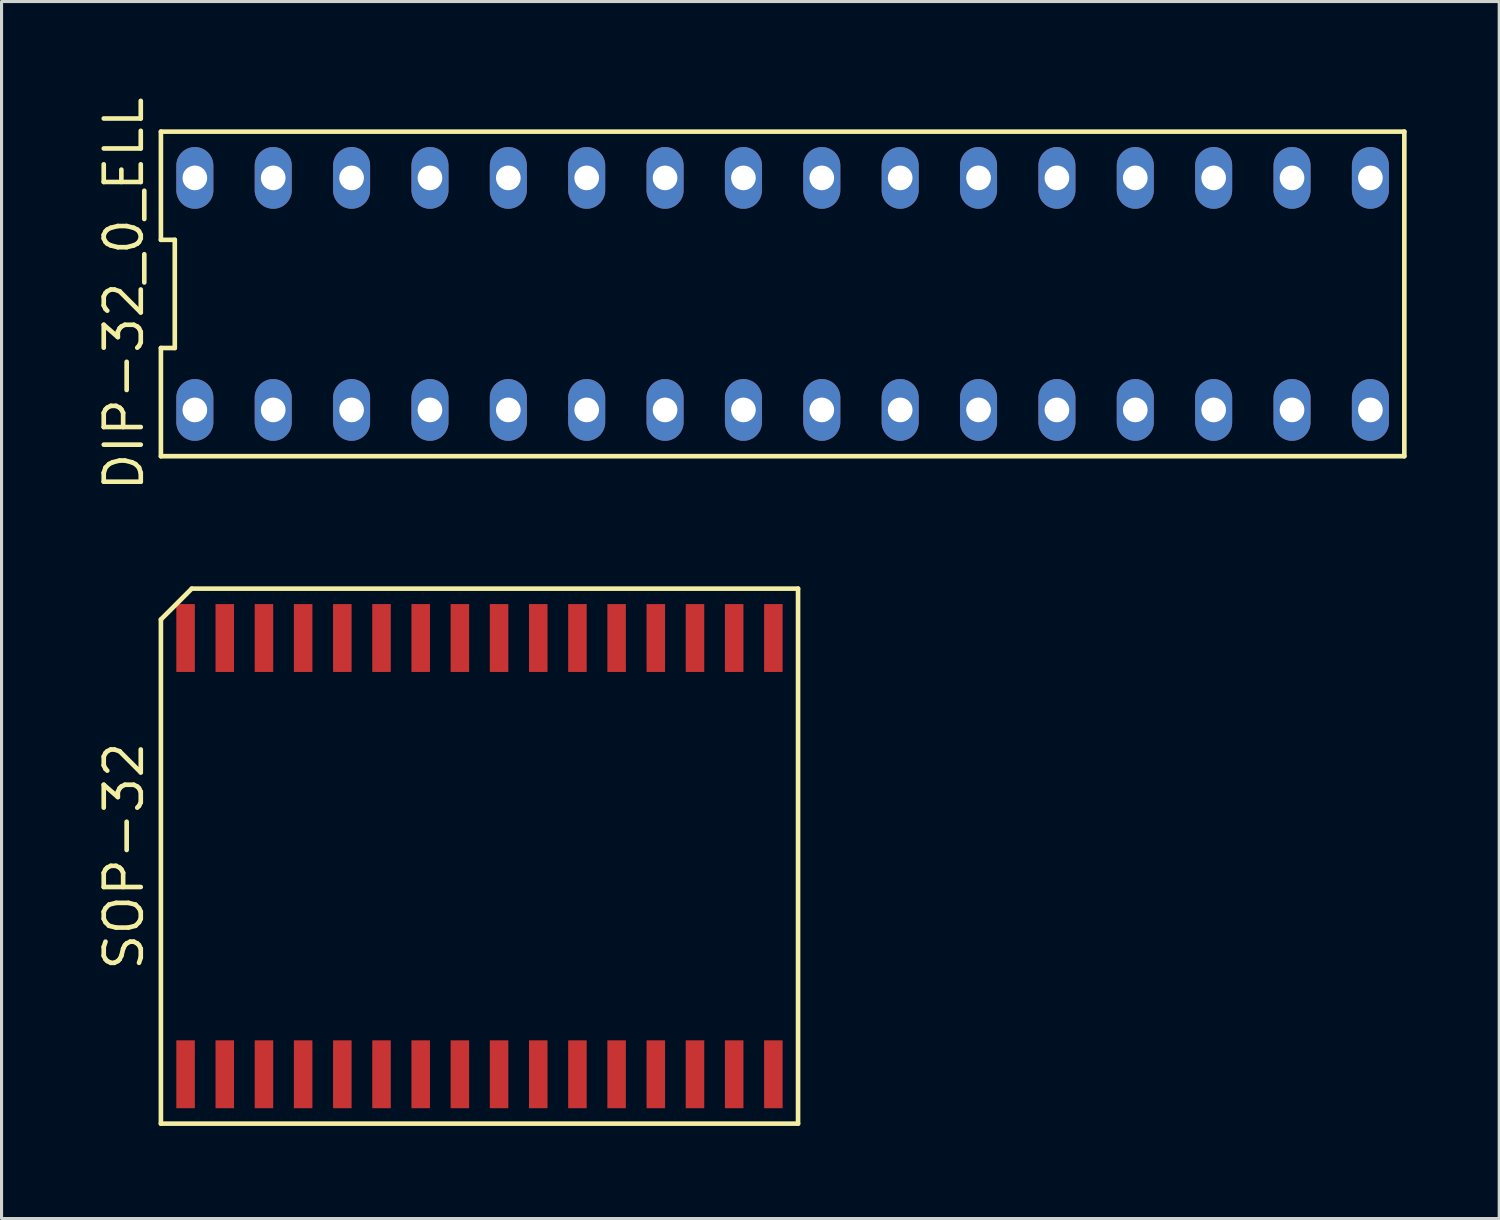
<source format=kicad_pcb>
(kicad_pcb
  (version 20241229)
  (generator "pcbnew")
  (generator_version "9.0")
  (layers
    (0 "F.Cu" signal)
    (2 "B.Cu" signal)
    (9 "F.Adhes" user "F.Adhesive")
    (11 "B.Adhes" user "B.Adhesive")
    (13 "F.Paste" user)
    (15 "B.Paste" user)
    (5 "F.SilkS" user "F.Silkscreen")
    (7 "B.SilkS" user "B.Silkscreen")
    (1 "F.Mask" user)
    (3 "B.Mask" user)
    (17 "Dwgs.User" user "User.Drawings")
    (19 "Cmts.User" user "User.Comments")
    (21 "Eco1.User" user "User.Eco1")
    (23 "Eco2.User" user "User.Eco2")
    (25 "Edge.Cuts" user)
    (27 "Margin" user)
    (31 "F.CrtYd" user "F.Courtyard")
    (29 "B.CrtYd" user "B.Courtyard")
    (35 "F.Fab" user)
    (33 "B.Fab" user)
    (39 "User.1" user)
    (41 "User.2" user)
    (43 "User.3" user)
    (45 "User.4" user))
  (footprint "SOP-32"
    (layer "F.Cu")
    (at 12.49 24.698)
    (property "Reference" "SOP-32" (at -11.525 0 90) (layer "F.SilkS") (effects (font (size 1.2 1.2) (thickness 0.15))))
    (attr through_hole)
    (fp_line (start -10.325 -7.67) (end -10.325 8.67) (stroke (width 0.15) (type solid)) (layer "F.SilkS"))
    (fp_line (start -10.325 8.67) (end 10.325 8.67) (stroke (width 0.15) (type solid)) (layer "F.SilkS"))
    (fp_line (start -9.325 -8.67) (end -10.325 -7.67) (stroke (width 0.15) (type solid)) (layer "F.SilkS"))
    (fp_line (start 10.325 -8.67) (end -9.325 -8.67) (stroke (width 0.15) (type solid)) (layer "F.SilkS"))
    (fp_line (start 10.325 8.67) (end 10.325 -8.67) (stroke (width 0.15) (type solid)) (layer "F.SilkS"))
    (pad "1" smd rect (at -9.525 7.07) (size 0.6 2.2) (layers "F.Cu" "F.Mask" "F.Paste"))
    (pad "2" smd rect (at -8.255 7.07) (size 0.6 2.2) (layers "F.Cu" "F.Mask" "F.Paste"))
    (pad "3" smd rect (at -6.985 7.07) (size 0.6 2.2) (layers "F.Cu" "F.Mask" "F.Paste"))
    (pad "4" smd rect (at -5.715 7.07) (size 0.6 2.2) (layers "F.Cu" "F.Mask" "F.Paste"))
    (pad "5" smd rect (at -4.445 7.07) (size 0.6 2.2) (layers "F.Cu" "F.Mask" "F.Paste"))
    (pad "6" smd rect (at -3.175 7.07) (size 0.6 2.2) (layers "F.Cu" "F.Mask" "F.Paste"))
    (pad "7" smd rect (at -1.905 7.07) (size 0.6 2.2) (layers "F.Cu" "F.Mask" "F.Paste"))
    (pad "8" smd rect (at -0.635 7.07) (size 0.6 2.2) (layers "F.Cu" "F.Mask" "F.Paste"))
    (pad "9" smd rect (at 0.635 7.07) (size 0.6 2.2) (layers "F.Cu" "F.Mask" "F.Paste"))
    (pad "10" smd rect (at 1.905 7.07) (size 0.6 2.2) (layers "F.Cu" "F.Mask" "F.Paste"))
    (pad "11" smd rect (at 3.175 7.07) (size 0.6 2.2) (layers "F.Cu" "F.Mask" "F.Paste"))
    (pad "12" smd rect (at 4.445 7.07) (size 0.6 2.2) (layers "F.Cu" "F.Mask" "F.Paste"))
    (pad "13" smd rect (at 5.715 7.07) (size 0.6 2.2) (layers "F.Cu" "F.Mask" "F.Paste"))
    (pad "14" smd rect (at 6.985 7.07) (size 0.6 2.2) (layers "F.Cu" "F.Mask" "F.Paste"))
    (pad "15" smd rect (at 8.255 7.07) (size 0.6 2.2) (layers "F.Cu" "F.Mask" "F.Paste"))
    (pad "16" smd rect (at 9.525 7.07) (size 0.6 2.2) (layers "F.Cu" "F.Mask" "F.Paste"))
    (pad "17" smd rect (at 9.525 -7.07) (size 0.6 2.2) (layers "F.Cu" "F.Mask" "F.Paste"))
    (pad "18" smd rect (at 8.255 -7.07) (size 0.6 2.2) (layers "F.Cu" "F.Mask" "F.Paste"))
    (pad "19" smd rect (at 6.985 -7.07) (size 0.6 2.2) (layers "F.Cu" "F.Mask" "F.Paste"))
    (pad "20" smd rect (at 5.715 -7.07) (size 0.6 2.2) (layers "F.Cu" "F.Mask" "F.Paste"))
    (pad "21" smd rect (at 4.445 -7.07) (size 0.6 2.2) (layers "F.Cu" "F.Mask" "F.Paste"))
    (pad "22" smd rect (at 3.175 -7.07) (size 0.6 2.2) (layers "F.Cu" "F.Mask" "F.Paste"))
    (pad "23" smd rect (at 1.905 -7.07) (size 0.6 2.2) (layers "F.Cu" "F.Mask" "F.Paste"))
    (pad "24" smd rect (at 0.635 -7.07) (size 0.6 2.2) (layers "F.Cu" "F.Mask" "F.Paste"))
    (pad "25" smd rect (at -0.635 -7.07) (size 0.6 2.2) (layers "F.Cu" "F.Mask" "F.Paste"))
    (pad "26" smd rect (at -1.905 -7.07) (size 0.6 2.2) (layers "F.Cu" "F.Mask" "F.Paste"))
    (pad "27" smd rect (at -3.175 -7.07) (size 0.6 2.2) (layers "F.Cu" "F.Mask" "F.Paste"))
    (pad "28" smd rect (at -4.445 -7.07) (size 0.6 2.2) (layers "F.Cu" "F.Mask" "F.Paste"))
    (pad "29" smd rect (at -5.715 -7.07) (size 0.6 2.2) (layers "F.Cu" "F.Mask" "F.Paste"))
    (pad "30" smd rect (at -6.985 -7.07) (size 0.6 2.2) (layers "F.Cu" "F.Mask" "F.Paste"))
    (pad "31" smd rect (at -8.255 -7.07) (size 0.6 2.2) (layers "F.Cu" "F.Mask" "F.Paste"))
    (pad "32" smd rect (at -9.525 -7.07) (size 0.6 2.2) (layers "F.Cu" "F.Mask" "F.Paste")))
  (footprint "DIP-32_0_ELL"
    (layer "F.Cu")
    (at 22.315 6.476)
    (property "Reference" "DIP-32_0_ELL" (at -21.35 0 90) (layer "F.SilkS") (effects (font (size 1.2 1.2) (thickness 0.15))))
    (attr through_hole)
    (fp_line (start -20.15 -5.26) (end -20.15 -1.753) (stroke (width 0.15) (type solid)) (layer "F.SilkS"))
    (fp_line (start -20.15 -1.753) (end -19.7 -1.753) (stroke (width 0.15) (type solid)) (layer "F.SilkS"))
    (fp_line (start -20.15 1.753) (end -20.15 5.26) (stroke (width 0.15) (type solid)) (layer "F.SilkS"))
    (fp_line (start -20.15 5.26) (end 20.15 5.26) (stroke (width 0.15) (type solid)) (layer "F.SilkS"))
    (fp_line (start -19.7 -1.753) (end -19.7 1.753) (stroke (width 0.15) (type solid)) (layer "F.SilkS"))
    (fp_line (start -19.7 1.753) (end -20.15 1.753) (stroke (width 0.15) (type solid)) (layer "F.SilkS"))
    (fp_line (start 20.15 -5.26) (end -20.15 -5.26) (stroke (width 0.15) (type solid)) (layer "F.SilkS"))
    (fp_line (start 20.15 5.26) (end 20.15 -5.26) (stroke (width 0.15) (type solid)) (layer "F.SilkS"))
    (pad "1" thru_hole oval (at -19.05 3.76) (size 1.2 2) (drill 0.8) (layers "*.Cu" "*.Mask"))
    (pad "2" thru_hole oval (at -16.51 3.76) (size 1.2 2) (drill 0.8) (layers "*.Cu" "*.Mask"))
    (pad "3" thru_hole oval (at -13.97 3.76) (size 1.2 2) (drill 0.8) (layers "*.Cu" "*.Mask"))
    (pad "4" thru_hole oval (at -11.43 3.76) (size 1.2 2) (drill 0.8) (layers "*.Cu" "*.Mask"))
    (pad "5" thru_hole oval (at -8.89 3.76) (size 1.2 2) (drill 0.8) (layers "*.Cu" "*.Mask"))
    (pad "6" thru_hole oval (at -6.35 3.76) (size 1.2 2) (drill 0.8) (layers "*.Cu" "*.Mask"))
    (pad "7" thru_hole oval (at -3.81 3.76) (size 1.2 2) (drill 0.8) (layers "*.Cu" "*.Mask"))
    (pad "8" thru_hole oval (at -1.27 3.76) (size 1.2 2) (drill 0.8) (layers "*.Cu" "*.Mask"))
    (pad "9" thru_hole oval (at 1.27 3.76) (size 1.2 2) (drill 0.8) (layers "*.Cu" "*.Mask"))
    (pad "10" thru_hole oval (at 3.81 3.76) (size 1.2 2) (drill 0.8) (layers "*.Cu" "*.Mask"))
    (pad "11" thru_hole oval (at 6.35 3.76) (size 1.2 2) (drill 0.8) (layers "*.Cu" "*.Mask"))
    (pad "12" thru_hole oval (at 8.89 3.76) (size 1.2 2) (drill 0.8) (layers "*.Cu" "*.Mask"))
    (pad "13" thru_hole oval (at 11.43 3.76) (size 1.2 2) (drill 0.8) (layers "*.Cu" "*.Mask"))
    (pad "14" thru_hole oval (at 13.97 3.76) (size 1.2 2) (drill 0.8) (layers "*.Cu" "*.Mask"))
    (pad "15" thru_hole oval (at 16.51 3.76) (size 1.2 2) (drill 0.8) (layers "*.Cu" "*.Mask"))
    (pad "16" thru_hole oval (at 19.05 3.76) (size 1.2 2) (drill 0.8) (layers "*.Cu" "*.Mask"))
    (pad "17" thru_hole oval (at 19.05 -3.76) (size 1.2 2) (drill 0.8) (layers "*.Cu" "*.Mask"))
    (pad "18" thru_hole oval (at 16.51 -3.76) (size 1.2 2) (drill 0.8) (layers "*.Cu" "*.Mask"))
    (pad "19" thru_hole oval (at 13.97 -3.76) (size 1.2 2) (drill 0.8) (layers "*.Cu" "*.Mask"))
    (pad "20" thru_hole oval (at 11.43 -3.76) (size 1.2 2) (drill 0.8) (layers "*.Cu" "*.Mask"))
    (pad "21" thru_hole oval (at 8.89 -3.76) (size 1.2 2) (drill 0.8) (layers "*.Cu" "*.Mask"))
    (pad "22" thru_hole oval (at 6.35 -3.76) (size 1.2 2) (drill 0.8) (layers "*.Cu" "*.Mask"))
    (pad "23" thru_hole oval (at 3.81 -3.76) (size 1.2 2) (drill 0.8) (layers "*.Cu" "*.Mask"))
    (pad "24" thru_hole oval (at 1.27 -3.76) (size 1.2 2) (drill 0.8) (layers "*.Cu" "*.Mask"))
    (pad "25" thru_hole oval (at -1.27 -3.76) (size 1.2 2) (drill 0.8) (layers "*.Cu" "*.Mask"))
    (pad "26" thru_hole oval (at -3.81 -3.76) (size 1.2 2) (drill 0.8) (layers "*.Cu" "*.Mask"))
    (pad "27" thru_hole oval (at -6.35 -3.76) (size 1.2 2) (drill 0.8) (layers "*.Cu" "*.Mask"))
    (pad "28" thru_hole oval (at -8.89 -3.76) (size 1.2 2) (drill 0.8) (layers "*.Cu" "*.Mask"))
    (pad "29" thru_hole oval (at -11.43 -3.76) (size 1.2 2) (drill 0.8) (layers "*.Cu" "*.Mask"))
    (pad "30" thru_hole oval (at -13.97 -3.76) (size 1.2 2) (drill 0.8) (layers "*.Cu" "*.Mask"))
    (pad "31" thru_hole oval (at -16.51 -3.76) (size 1.2 2) (drill 0.8) (layers "*.Cu" "*.Mask"))
    (pad "32" thru_hole oval (at -19.05 -3.76) (size 1.2 2) (drill 0.8) (layers "*.Cu" "*.Mask")))
  (gr_rect
    (start -3 -3)
    (end 45.54 36.443)
    (stroke (width 0.1) (type default))
    (fill no)
    (layer "Edge.Cuts")))
</source>
